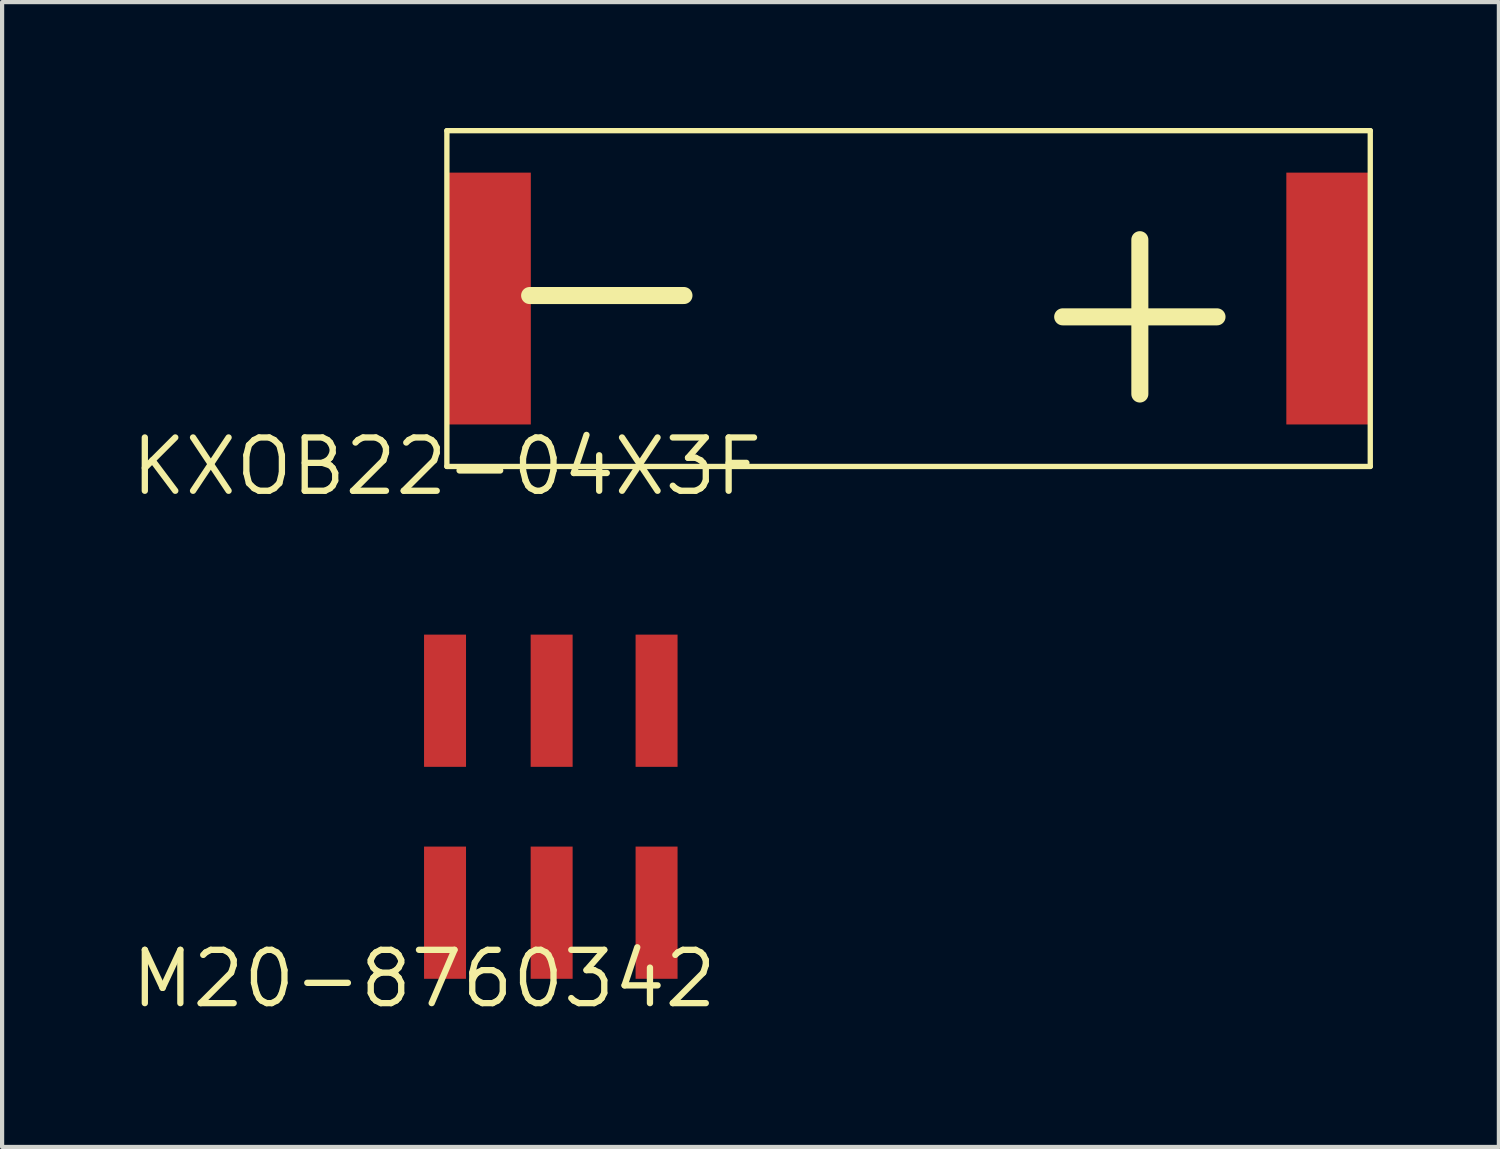
<source format=kicad_pcb>
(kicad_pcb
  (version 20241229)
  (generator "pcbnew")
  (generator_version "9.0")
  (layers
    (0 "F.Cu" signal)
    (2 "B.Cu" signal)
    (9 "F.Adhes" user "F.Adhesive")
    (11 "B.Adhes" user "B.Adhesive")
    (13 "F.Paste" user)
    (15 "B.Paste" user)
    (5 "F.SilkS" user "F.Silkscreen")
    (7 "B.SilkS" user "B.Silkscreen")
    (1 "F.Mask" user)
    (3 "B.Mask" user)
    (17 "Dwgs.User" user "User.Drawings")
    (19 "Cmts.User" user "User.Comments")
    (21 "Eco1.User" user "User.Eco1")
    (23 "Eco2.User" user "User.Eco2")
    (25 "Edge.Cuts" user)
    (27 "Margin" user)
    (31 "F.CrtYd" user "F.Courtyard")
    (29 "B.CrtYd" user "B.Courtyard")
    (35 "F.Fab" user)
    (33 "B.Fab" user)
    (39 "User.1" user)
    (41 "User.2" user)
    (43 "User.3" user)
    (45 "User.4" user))
  (footprint "KXOB22-04X3F"
    (layer "F.Cu")
    (at 7.597 8.063)
    (property "Reference" "KXOB22-04X3F" (at 0 0 0) (layer "F.SilkS") (effects (font (size 1.27 1.27) (thickness 0.15))))
    (attr through_hole)
    (fp_line (start 0 -8) (end 22 -8) (stroke (width 0.127) (type solid)) (layer "F.SilkS"))
    (fp_line (start 0 0) (end 0 -8) (stroke (width 0.127) (type solid)) (layer "F.SilkS"))
    (fp_line (start 22 -8) (end 22 0) (stroke (width 0.127) (type solid)) (layer "F.SilkS"))
    (fp_line (start 22 0) (end 0 0) (stroke (width 0.127) (type solid)) (layer "F.SilkS"))
    (fp_text user "-" (at 3.81 -4.445 0) (layer "F.SilkS") (effects (font (size 4.826 4.826) (thickness 0.406))))
    (fp_text user "+" (at 16.51 -3.937 0) (layer "F.SilkS") (effects (font (size 4.826 4.826) (thickness 0.406))))
    (pad "P$1" smd rect (at 1 -4 90) (size 6 2) (layers "F.Cu" "F.Mask" "F.Paste"))
    (pad "P$2" smd rect (at 21 -4 90) (size 6 2) (layers "F.Cu" "F.Mask" "F.Paste")))
  (footprint "M20-8760342"
    (layer "F.Cu")
    (at 7.053 20.27)
    (property "Reference" "M20-8760342" (at 0 0 0) (layer "F.SilkS") (effects (font (size 1.27 1.27) (thickness 0.15))))
    (attr through_hole)
    (pad "P$1" smd rect (at 0.5 -1.575 90) (size 3.15 1) (layers "F.Cu" "F.Mask" "F.Paste"))
    (pad "P$2" smd rect (at 0.5 -6.625 90) (size 3.15 1) (layers "F.Cu" "F.Mask" "F.Paste"))
    (pad "P$3" smd rect (at 3.04 -1.575 90) (size 3.15 1) (layers "F.Cu" "F.Mask" "F.Paste"))
    (pad "P$4" smd rect (at 3.04 -6.625 90) (size 3.15 1) (layers "F.Cu" "F.Mask" "F.Paste"))
    (pad "P$5" smd rect (at 5.54 -1.575 90) (size 3.15 1) (layers "F.Cu" "F.Mask" "F.Paste"))
    (pad "P$6" smd rect (at 5.54 -6.625 90) (size 3.15 1) (layers "F.Cu" "F.Mask" "F.Paste")))
  (gr_rect
    (start -3 -3)
    (end 32.661 24.276)
    (stroke (width 0.1) (type default))
    (fill no)
    (layer "Edge.Cuts")))
</source>
